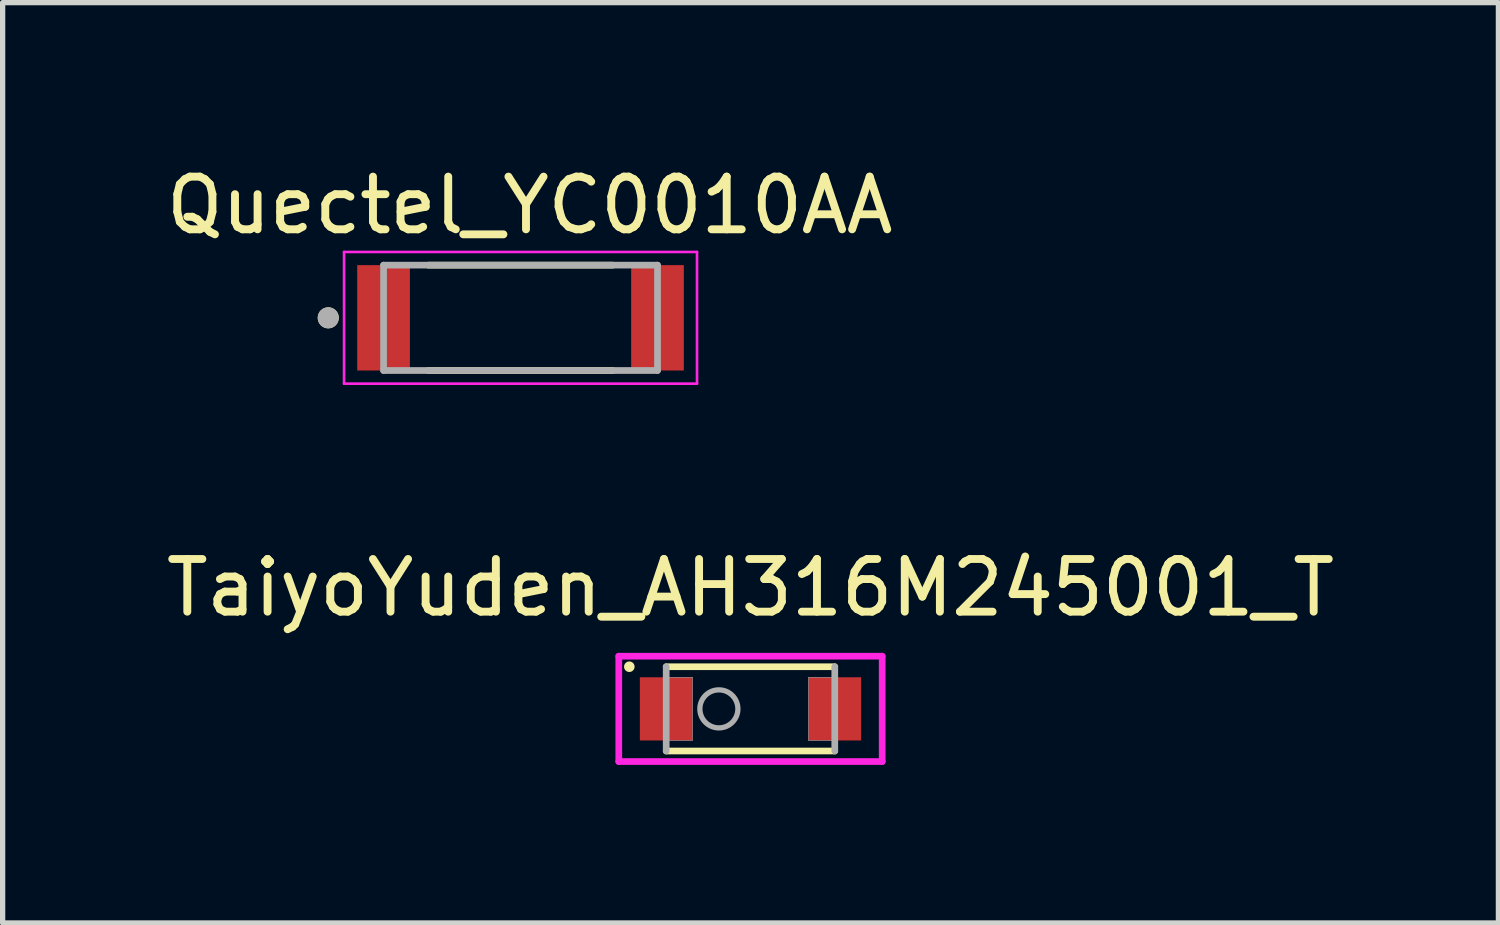
<source format=kicad_pcb>
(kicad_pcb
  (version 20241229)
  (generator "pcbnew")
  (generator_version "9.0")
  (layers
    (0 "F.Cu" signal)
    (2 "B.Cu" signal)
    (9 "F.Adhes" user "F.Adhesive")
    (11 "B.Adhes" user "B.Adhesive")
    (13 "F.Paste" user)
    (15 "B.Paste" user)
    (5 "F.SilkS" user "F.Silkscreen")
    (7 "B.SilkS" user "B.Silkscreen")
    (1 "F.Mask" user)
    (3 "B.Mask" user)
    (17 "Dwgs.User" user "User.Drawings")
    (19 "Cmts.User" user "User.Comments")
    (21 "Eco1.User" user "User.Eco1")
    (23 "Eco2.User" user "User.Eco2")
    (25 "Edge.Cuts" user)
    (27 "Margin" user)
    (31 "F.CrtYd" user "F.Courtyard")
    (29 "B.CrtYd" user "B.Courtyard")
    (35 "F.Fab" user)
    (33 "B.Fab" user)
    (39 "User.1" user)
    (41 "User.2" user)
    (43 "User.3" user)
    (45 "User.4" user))
  (footprint "Quectel_YC0010AA"
    (layer "F.Cu")
    (at 6.831 2.983)
    (property "Reference" "Quectel_YC0010AA" (at 0.175 -2.135 0) (layer "F.SilkS") (effects (font (size 1 1) (thickness 0.15))))
    (attr smd)
    (fp_line (start -1.75 -1) (end 1.75 -1) (stroke (width 0.127) (type solid)) (layer "F.SilkS"))
    (fp_line (start -1.75 1) (end 1.75 1) (stroke (width 0.127) (type solid)) (layer "F.SilkS"))
    (fp_circle (center -3.65 0) (end -3.55 0) (stroke (width 0.2) (type solid)) (fill no) (layer "F.SilkS"))
    (fp_line (start -3.35 -1.25) (end 3.35 -1.25) (stroke (width 0.05) (type solid)) (layer "F.CrtYd"))
    (fp_line (start -3.35 1.25) (end -3.35 -1.25) (stroke (width 0.05) (type solid)) (layer "F.CrtYd"))
    (fp_line (start 3.35 -1.25) (end 3.35 1.25) (stroke (width 0.05) (type solid)) (layer "F.CrtYd"))
    (fp_line (start 3.35 1.25) (end -3.35 1.25) (stroke (width 0.05) (type solid)) (layer "F.CrtYd"))
    (fp_line (start -2.6 -1) (end -2.6 1) (stroke (width 0.127) (type solid)) (layer "F.Fab"))
    (fp_line (start -2.6 1) (end 2.6 1) (stroke (width 0.127) (type solid)) (layer "F.Fab"))
    (fp_line (start 2.6 -1) (end -2.6 -1) (stroke (width 0.127) (type solid)) (layer "F.Fab"))
    (fp_line (start 2.6 1) (end 2.6 -1) (stroke (width 0.127) (type solid)) (layer "F.Fab"))
    (fp_circle (center -3.65 0) (end -3.55 0) (stroke (width 0.2) (type solid)) (fill no) (layer "F.Fab"))
    (pad "1" smd rect (at -2.6 0) (size 1 2) (layers "F.Cu" "F.Mask" "F.Paste"))
    (pad "2" smd rect (at 2.6 0) (size 1 2) (layers "F.Cu" "F.Mask" "F.Paste"))
    (zone (net_name "") (layer "F.Cu") (hatch full 0.508) (connect_pads) (min_thickness 0.01) (filled_areas_thickness no) (keepout (tracks not_allowed) (vias not_allowed) (pads not_allowed) (copperpour not_allowed) (footprints allowed)) (placement (enabled no)) (fill) (polygon (pts (xy 4.731 1.983) (xy 8.931 1.983) (xy 8.931 3.983) (xy 4.731 3.983))))
    (zone (net_name "") (layers "F.Cu" "B.Cu") (hatch full 0.508) (connect_pads) (min_thickness 0.01) (filled_areas_thickness no) (keepout (tracks allowed) (vias not_allowed) (pads allowed) (copperpour allowed) (footprints allowed)) (placement (enabled no)) (fill) (polygon (pts (xy 4.731 1.983) (xy 8.931 1.983) (xy 8.931 3.983) (xy 4.731 3.983)))))
  (footprint "TaiyoYuden_AH316M245001_T"
    (layer "F.Cu")
    (at 11.196 10.406)
    (property "Reference" "TaiyoYuden_AH316M245001_T" (at 0 -2.3 0) (layer "F.SilkS") (effects (font (size 1 1) (thickness 0.15))))
    (attr smd)
    (fp_line (start -1.6 0.8) (end 1.6 0.8) (stroke (width 0.127) (type solid)) (layer "F.SilkS"))
    (fp_line (start 1.6 -0.8) (end -1.6 -0.8) (stroke (width 0.127) (type solid)) (layer "F.SilkS"))
    (fp_circle (center -2.3 -0.8) (end -2.2 -0.8) (stroke (width 0) (type solid)) (fill yes) (layer "F.SilkS"))
    (fp_line (start -2.5 -1) (end 2.5 -1) (stroke (width 0.127) (type solid)) (layer "F.CrtYd"))
    (fp_line (start -2.5 1) (end -2.5 -1) (stroke (width 0.127) (type solid)) (layer "F.CrtYd"))
    (fp_line (start 2.5 -1) (end 2.5 1) (stroke (width 0.127) (type solid)) (layer "F.CrtYd"))
    (fp_line (start 2.5 1) (end -2.5 1) (stroke (width 0.127) (type solid)) (layer "F.CrtYd"))
    (fp_line (start -1.6 -0.8) (end -1.6 0.8) (stroke (width 0.127) (type solid)) (layer "F.Fab"))
    (fp_line (start 1.6 0.8) (end 1.6 -0.8) (stroke (width 0.127) (type solid)) (layer "F.Fab"))
    (fp_circle (center -0.6 0) (end -0.239 0) (stroke (width 0.1) (type solid)) (fill no) (layer "F.Fab"))
    (fp_poly (pts (xy -1.601 -0.6) (xy -1.1 -0.6) (xy -1.1 0.601) (xy -1.601 0.601)) (stroke (width 0.01) (type solid)) (fill no) (layer "F.Fab"))
    (fp_poly (pts (xy 1.101 -0.6) (xy 1.6 -0.6) (xy 1.6 0.601) (xy 1.101 0.601)) (stroke (width 0.01) (type solid)) (fill no) (layer "F.Fab"))
    (pad "1" smd rect (at -1.6 0) (size 1 1.2) (layers "F.Cu" "F.Mask" "F.Paste"))
    (pad "2" smd rect (at 1.6 0) (size 1 1.2) (layers "F.Cu" "F.Mask" "F.Paste")))
  (gr_rect
    (start -3 -3)
    (end 25.393 14.47)
    (stroke (width 0.1) (type default))
    (fill no)
    (layer "Edge.Cuts")))
</source>
